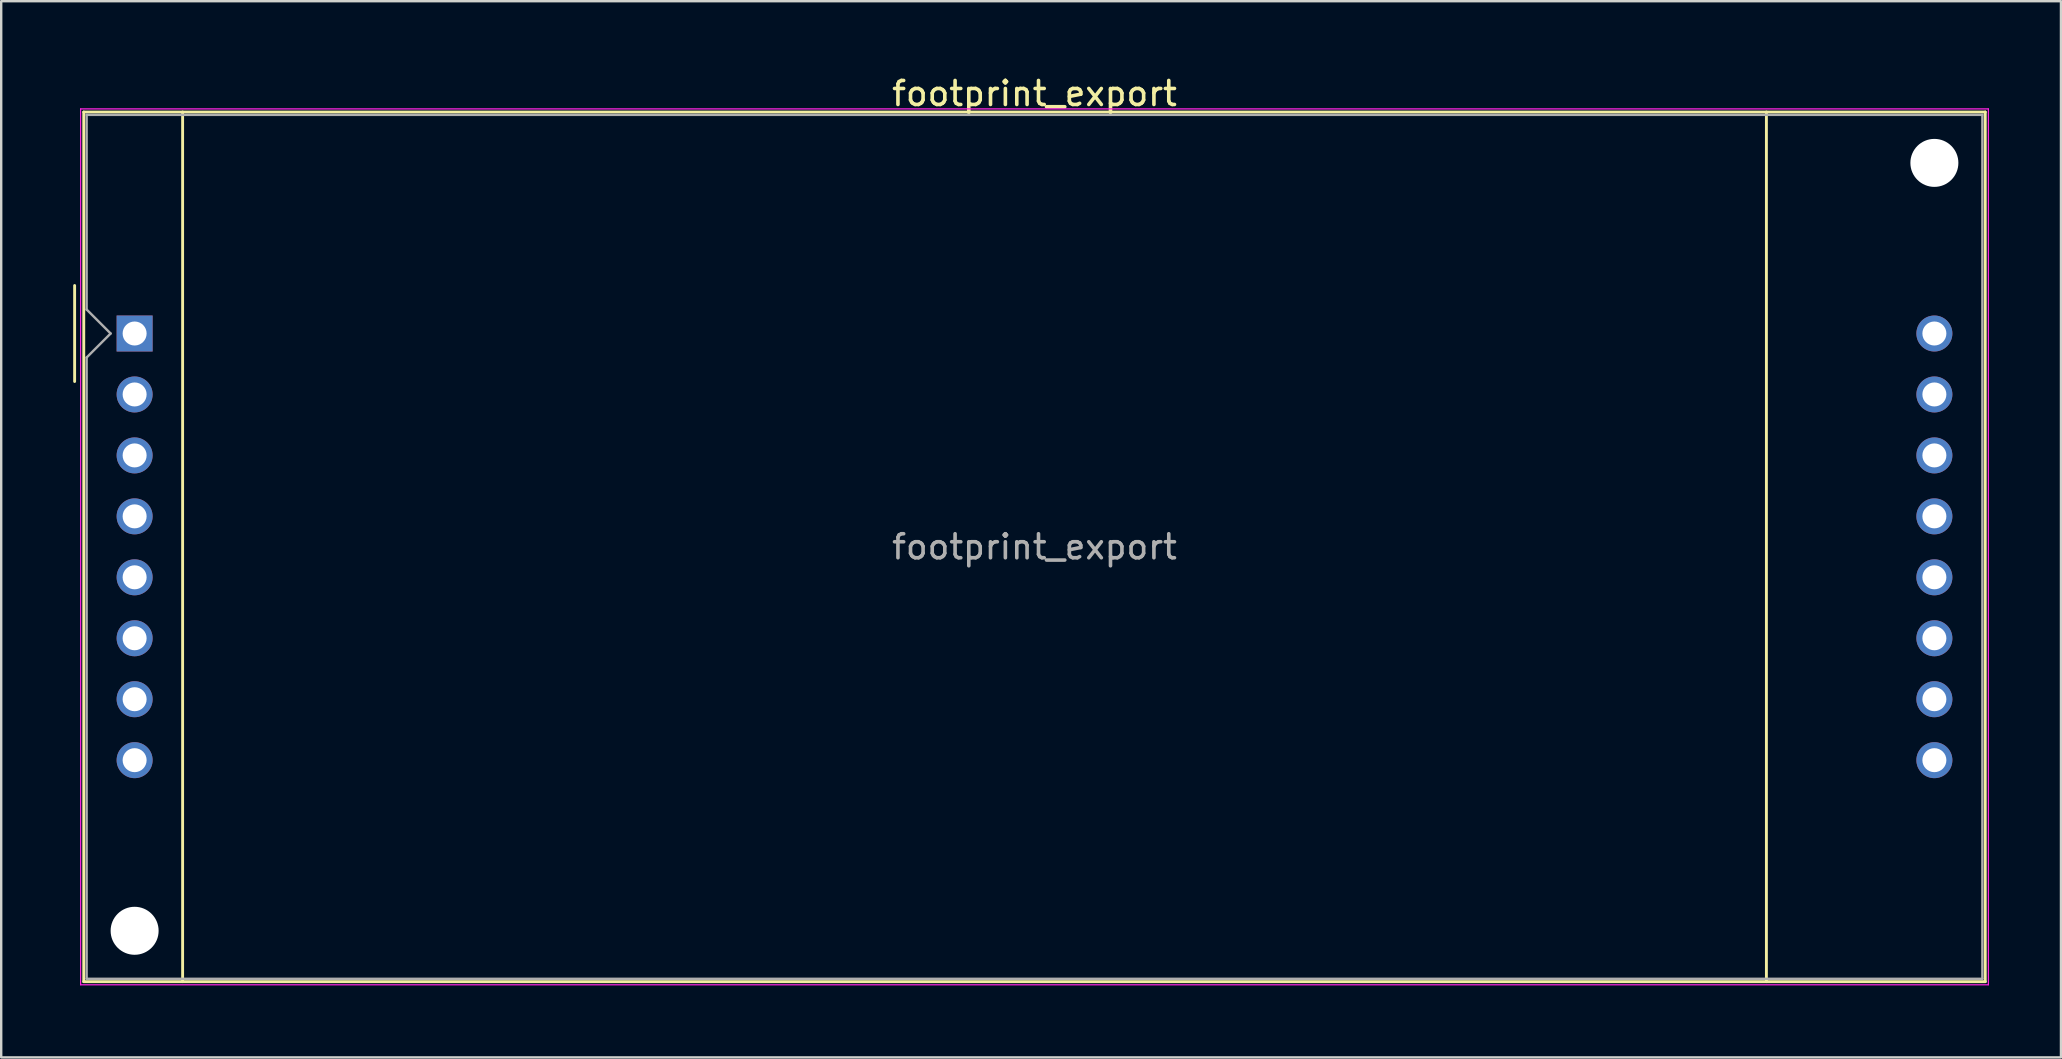
<source format=kicad_pcb>
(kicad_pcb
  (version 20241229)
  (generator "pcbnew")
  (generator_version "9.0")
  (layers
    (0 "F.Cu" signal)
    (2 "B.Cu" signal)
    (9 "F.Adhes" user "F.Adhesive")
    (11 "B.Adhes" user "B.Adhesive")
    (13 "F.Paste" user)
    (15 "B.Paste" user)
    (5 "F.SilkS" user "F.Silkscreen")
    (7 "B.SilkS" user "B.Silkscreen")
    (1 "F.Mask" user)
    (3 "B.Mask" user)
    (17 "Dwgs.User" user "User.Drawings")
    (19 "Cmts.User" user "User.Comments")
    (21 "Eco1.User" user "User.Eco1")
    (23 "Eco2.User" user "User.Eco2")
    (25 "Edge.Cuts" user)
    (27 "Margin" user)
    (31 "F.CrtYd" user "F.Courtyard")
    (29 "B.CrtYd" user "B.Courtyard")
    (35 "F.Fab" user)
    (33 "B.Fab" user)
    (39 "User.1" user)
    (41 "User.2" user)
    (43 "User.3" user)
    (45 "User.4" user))
  (footprint "footprint_export"
    (layer "F.Cu")
    (at 2.56 10.848)
    (property "Reference" "footprint_export" (at 37.5 -10 0) (layer "F.SilkS") (effects (font (size 1 1) (thickness 0.15))))
    (attr through_hole)
    (fp_line (start -2.5 -2) (end -2.5 2) (stroke (width 0.12) (type solid)) (layer "F.SilkS"))
    (fp_line (start -2.12 -9.23) (end 77.12 -9.23) (stroke (width 0.12) (type solid)) (layer "F.SilkS"))
    (fp_line (start -2.12 27.01) (end -2.12 -9.23) (stroke (width 0.12) (type solid)) (layer "F.SilkS"))
    (fp_line (start 2 27.01) (end 2 -9.23) (stroke (width 0.12) (type solid)) (layer "F.SilkS"))
    (fp_line (start 68 -9.23) (end 68 27.01) (stroke (width 0.12) (type solid)) (layer "F.SilkS"))
    (fp_line (start 77.12 -9.23) (end 77.12 27.01) (stroke (width 0.12) (type solid)) (layer "F.SilkS"))
    (fp_line (start 77.12 27.01) (end -2.12 27.01) (stroke (width 0.12) (type solid)) (layer "F.SilkS"))
    (fp_line (start -2.25 -9.36) (end 77.25 -9.36) (stroke (width 0.05) (type solid)) (layer "F.CrtYd"))
    (fp_line (start -2.25 27.14) (end -2.25 -9.36) (stroke (width 0.05) (type solid)) (layer "F.CrtYd"))
    (fp_line (start 77.25 -9.36) (end 77.25 27.14) (stroke (width 0.05) (type solid)) (layer "F.CrtYd"))
    (fp_line (start 77.25 27.14) (end -2.25 27.14) (stroke (width 0.05) (type solid)) (layer "F.CrtYd"))
    (fp_line (start -2 -9.11) (end 77 -9.11) (stroke (width 0.1) (type solid)) (layer "F.Fab"))
    (fp_line (start -2 -1) (end -2 -9.11) (stroke (width 0.1) (type solid)) (layer "F.Fab"))
    (fp_line (start -2 1) (end -1 0) (stroke (width 0.1) (type solid)) (layer "F.Fab"))
    (fp_line (start -2 26.89) (end -2 1) (stroke (width 0.1) (type solid)) (layer "F.Fab"))
    (fp_line (start -1 0) (end -2 -1) (stroke (width 0.1) (type solid)) (layer "F.Fab"))
    (fp_line (start 77 -9.11) (end 77 26.89) (stroke (width 0.1) (type solid)) (layer "F.Fab"))
    (fp_line (start 77 26.89) (end -2 26.89) (stroke (width 0.1) (type solid)) (layer "F.Fab"))
    (fp_text user "${REFERENCE}" (at 37.5 8.89 0) (layer "F.Fab") (effects (font (size 1 1) (thickness 0.15))))
    (pad "" np_thru_hole circle (at 0 24.89) (size 2 2) (drill 2) (layers "*.Cu" "*.Mask"))
    (pad "" np_thru_hole circle (at 75 -7.11) (size 2 2) (drill 2) (layers "*.Cu" "*.Mask"))
    (pad "1" thru_hole rect (at 0 0) (size 1.5 1.5) (drill 1) (layers "*.Cu" "*.Mask"))
    (pad "2" thru_hole circle (at 0 2.54) (size 1.5 1.5) (drill 1) (layers "*.Cu" "*.Mask"))
    (pad "3" thru_hole circle (at 0 5.08) (size 1.5 1.5) (drill 1) (layers "*.Cu" "*.Mask"))
    (pad "4" thru_hole circle (at 0 7.62) (size 1.5 1.5) (drill 1) (layers "*.Cu" "*.Mask"))
    (pad "5" thru_hole circle (at 0 10.16) (size 1.5 1.5) (drill 1) (layers "*.Cu" "*.Mask"))
    (pad "6" thru_hole circle (at 0 12.7) (size 1.5 1.5) (drill 1) (layers "*.Cu" "*.Mask"))
    (pad "7" thru_hole circle (at 0 15.24) (size 1.5 1.5) (drill 1) (layers "*.Cu" "*.Mask"))
    (pad "8" thru_hole circle (at 0 17.78) (size 1.5 1.5) (drill 1) (layers "*.Cu" "*.Mask"))
    (pad "9" thru_hole circle (at 75 0) (size 1.5 1.5) (drill 1) (layers "*.Cu" "*.Mask"))
    (pad "10" thru_hole circle (at 75 2.54) (size 1.5 1.5) (drill 1) (layers "*.Cu" "*.Mask"))
    (pad "11" thru_hole circle (at 75 5.08) (size 1.5 1.5) (drill 1) (layers "*.Cu" "*.Mask"))
    (pad "12" thru_hole circle (at 75 7.62) (size 1.5 1.5) (drill 1) (layers "*.Cu" "*.Mask"))
    (pad "13" thru_hole circle (at 75 10.16) (size 1.5 1.5) (drill 1) (layers "*.Cu" "*.Mask"))
    (pad "14" thru_hole circle (at 75 12.7) (size 1.5 1.5) (drill 1) (layers "*.Cu" "*.Mask"))
    (pad "15" thru_hole circle (at 75 15.24) (size 1.5 1.5) (drill 1) (layers "*.Cu" "*.Mask"))
    (pad "16" thru_hole circle (at 75 17.78) (size 1.5 1.5) (drill 1) (layers "*.Cu" "*.Mask")))
  (gr_rect
    (start -3 -3)
    (end 82.835 41.013)
    (stroke (width 0.1) (type default))
    (fill no)
    (layer "Edge.Cuts")))
</source>
